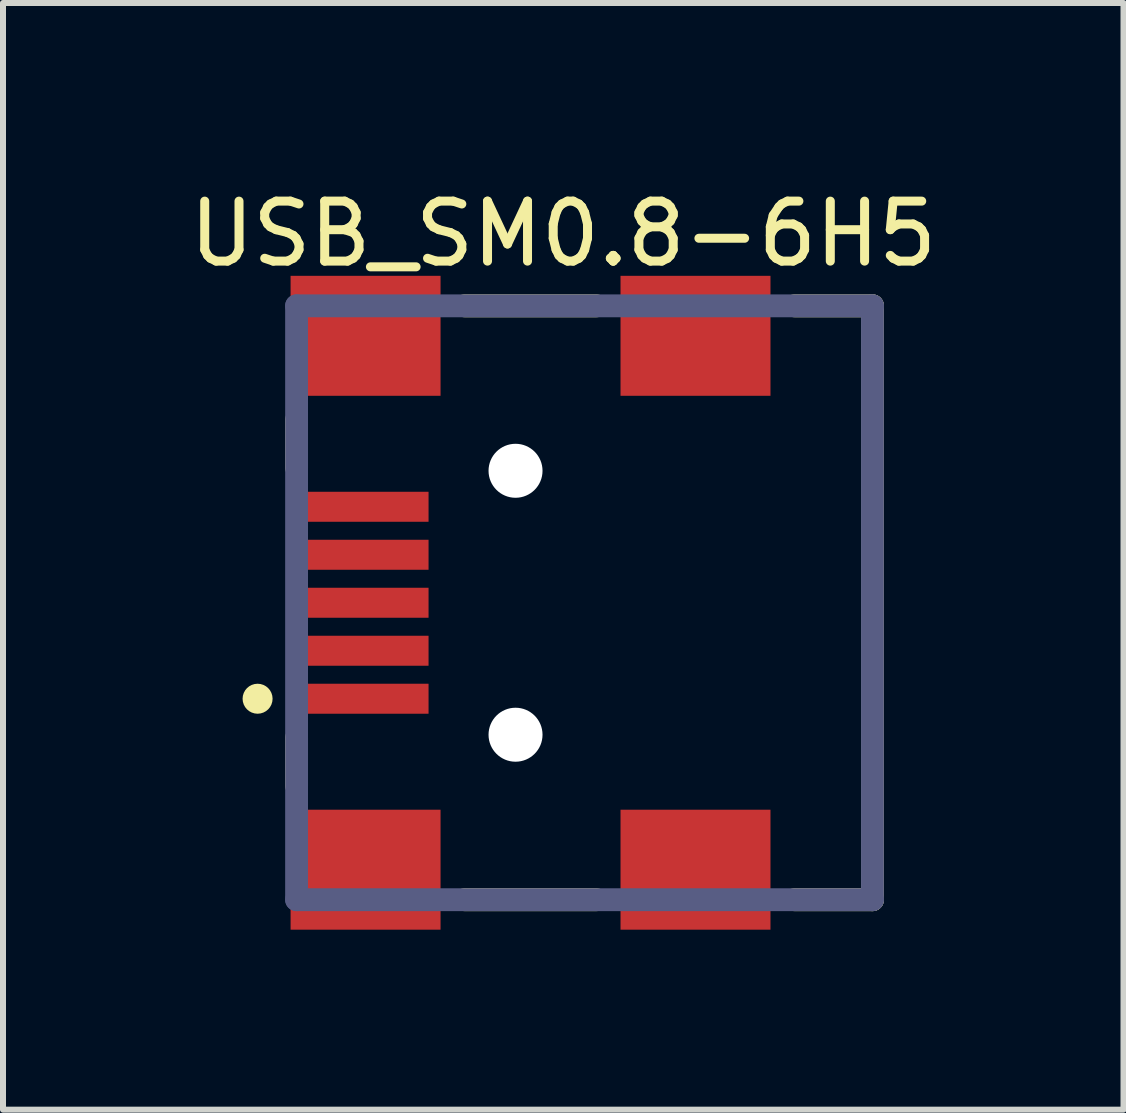
<source format=kicad_pcb>
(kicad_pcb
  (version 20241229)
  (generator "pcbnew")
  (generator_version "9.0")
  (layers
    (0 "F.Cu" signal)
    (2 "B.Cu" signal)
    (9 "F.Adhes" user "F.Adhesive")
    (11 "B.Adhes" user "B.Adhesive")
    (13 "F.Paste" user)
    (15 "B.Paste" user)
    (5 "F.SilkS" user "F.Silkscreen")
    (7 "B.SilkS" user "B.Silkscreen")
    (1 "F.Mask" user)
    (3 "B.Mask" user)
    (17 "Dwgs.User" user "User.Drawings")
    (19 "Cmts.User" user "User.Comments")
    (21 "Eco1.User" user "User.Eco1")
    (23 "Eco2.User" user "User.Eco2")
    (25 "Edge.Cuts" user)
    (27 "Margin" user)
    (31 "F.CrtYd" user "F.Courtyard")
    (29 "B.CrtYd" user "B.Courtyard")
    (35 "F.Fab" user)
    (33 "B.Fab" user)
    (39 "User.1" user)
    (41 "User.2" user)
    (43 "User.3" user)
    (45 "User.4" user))
  (footprint "USB_SM0.8-6H5"
    (layer "F.Cu")
    (at 5.744 6.998)
    (property "Reference" "USB_SM0.8-6H5" (at 0.595 -6.15 0) (layer "F.SilkS") (effects (font (size 1 1) (thickness 0.15))))
    (fp_line (start -3.85 -2.25) (end -3.85 -3.05) (stroke (width 0.381) (type solid)) (layer "F.SilkS"))
    (fp_line (start -3.85 3.05) (end -3.85 2.25) (stroke (width 0.381) (type solid)) (layer "F.SilkS"))
    (fp_line (start -1.05 -4.95) (end 1.15 -4.95) (stroke (width 0.381) (type solid)) (layer "F.SilkS"))
    (fp_line (start -1.05 4.95) (end 1.15 4.95) (stroke (width 0.381) (type solid)) (layer "F.SilkS"))
    (fp_line (start 4.45 -4.95) (end 5.75 -4.95) (stroke (width 0.381) (type solid)) (layer "F.SilkS"))
    (fp_line (start 4.45 4.95) (end 5.75 4.95) (stroke (width 0.381) (type solid)) (layer "F.SilkS"))
    (fp_line (start 5.75 4.95) (end 5.75 -4.95) (stroke (width 0.381) (type solid)) (layer "F.SilkS"))
    (fp_circle (center -4.5 1.6) (end -4.5 1.475) (stroke (width 0.25) (type solid)) (fill no) (layer "F.SilkS"))
    (fp_line (start -3.85 -4.95) (end 5.75 -4.95) (stroke (width 0.381) (type solid)) (layer "B.Fab"))
    (fp_line (start -3.85 4.95) (end -3.85 -4.95) (stroke (width 0.381) (type solid)) (layer "B.Fab"))
    (fp_line (start -3.85 4.95) (end 5.75 4.95) (stroke (width 0.381) (type solid)) (layer "B.Fab"))
    (fp_line (start 5.75 4.95) (end 5.75 -4.95) (stroke (width 0.381) (type solid)) (layer "B.Fab"))
    (fp_line (start 5.05 4.95) (end 5.05 -4.95) (stroke (width 0.381) (type solid)) (layer "User.1"))
    (fp_text_box "PCB Edge" (start 5.089 4.036) (end 5.482 2.06) (margins 0 0 0 0) (angle 90) (layer "User.1") (effects (font (size 0.25 0.25) (thickness 0.03)) (justify left top)) (border no) (stroke (width 0.1) (type default)))
    (pad "" np_thru_hole circle (at -0.2 -2.2 180) (size 0.9 0.9) (drill 0.9) (layers "*.Cu" "*.Mask"))
    (pad "" np_thru_hole circle (at -0.2 2.2 180) (size 0.9 0.9) (drill 0.9) (layers "*.Cu" "*.Mask"))
    (pad "1" smd rect (at -2.8 1.6 90) (size 0.5 2.3) (layers "F.Cu" "F.Mask" "F.Paste"))
    (pad "2" smd rect (at -2.8 0.8 90) (size 0.5 2.3) (layers "F.Cu" "F.Mask" "F.Paste"))
    (pad "3" smd rect (at -2.8 0.00005 90) (size 0.5 2.3) (layers "F.Cu" "F.Mask" "F.Paste"))
    (pad "4" smd rect (at -2.8 -0.8 90) (size 0.5 2.3) (layers "F.Cu" "F.Mask" "F.Paste"))
    (pad "5" smd rect (at -2.8 -1.6 90) (size 0.5 2.3) (layers "F.Cu" "F.Mask" "F.Paste"))
    (pad "6" smd rect (at -2.7 -4.45 90) (size 2 2.5) (layers "F.Cu" "F.Mask" "F.Paste"))
    (pad "7" smd rect (at 2.8 -4.45 90) (size 2 2.5) (layers "F.Cu" "F.Mask" "F.Paste"))
    (pad "8" smd rect (at -2.7 4.45 90) (size 2 2.5) (layers "F.Cu" "F.Mask" "F.Paste"))
    (pad "9" smd rect (at 2.8 4.45 90) (size 2 2.5) (layers "F.Cu" "F.Mask" "F.Paste")))
  (gr_rect
    (start -3 -3)
    (end 15.679 15.448)
    (stroke (width 0.1) (type default))
    (fill no)
    (layer "Edge.Cuts")))
</source>
